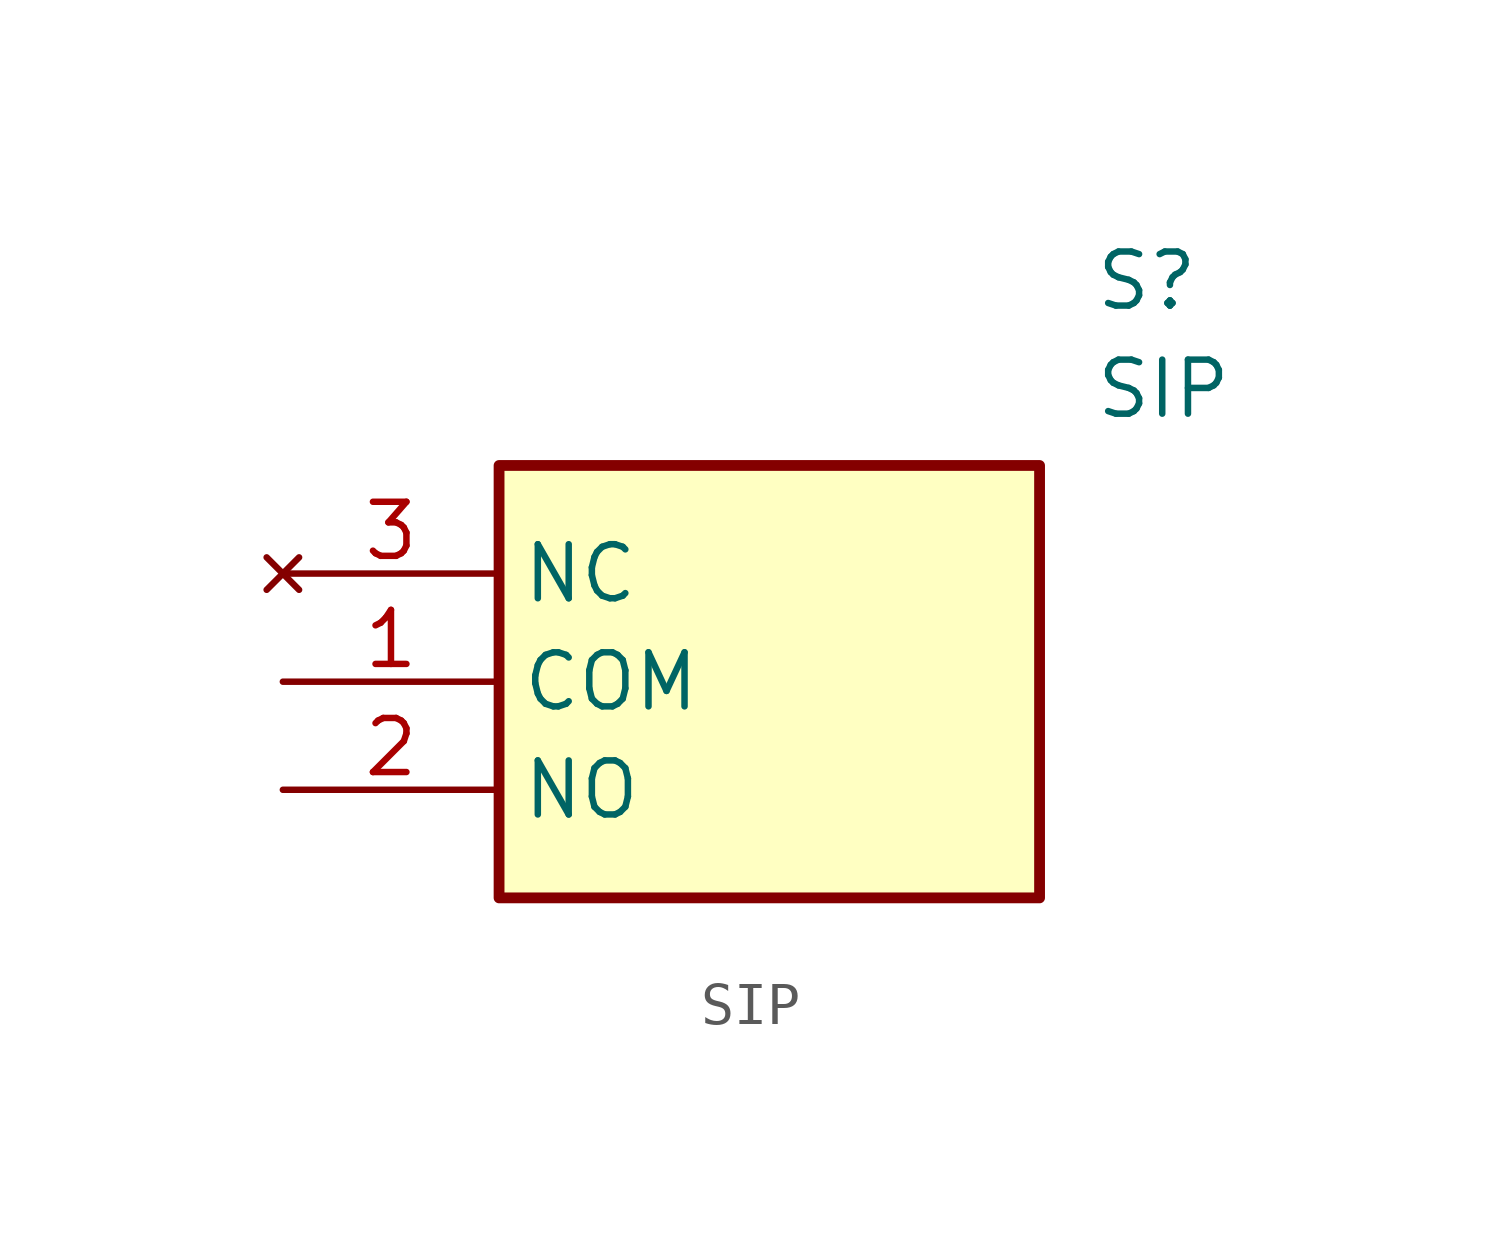
<source format=kicad_sym>
(kicad_symbol_lib
  (version 20231120)
  (generator "kicad_symbol_editor")
  (generator_version "8.0")
  (symbol "SIP"
    (property "Reference" "S"
      (at 19.05 7.62 0)
      (effects (font (size 1.27 1.27)) (justify left top)))
    (property "Value" "SIP"
      (at 19.05 5.08 0)
      (effects (font (size 1.27 1.27)) (justify left top)))
    (symbol "SIP_1_1"
      (rectangle (start 5.08 2.54) (end 17.78 -7.62) (stroke (width 0.254) (type default)) (fill (type background)))
      (pin passive line (at 0 -2.54 0) (length 5.08) (name "COM" (effects (font (size 1.27 1.27)))) (number "1" (effects (font (size 1.27 1.27)))))
      (pin passive line (at 0 -5.08 0) (length 5.08) (name "NO" (effects (font (size 1.27 1.27)))) (number "2" (effects (font (size 1.27 1.27)))))
      (pin no_connect line (at 0 0 0) (length 5.08) (name "NC" (effects (font (size 1.27 1.27)))) (number "3" (effects (font (size 1.27 1.27))))))))
</source>
